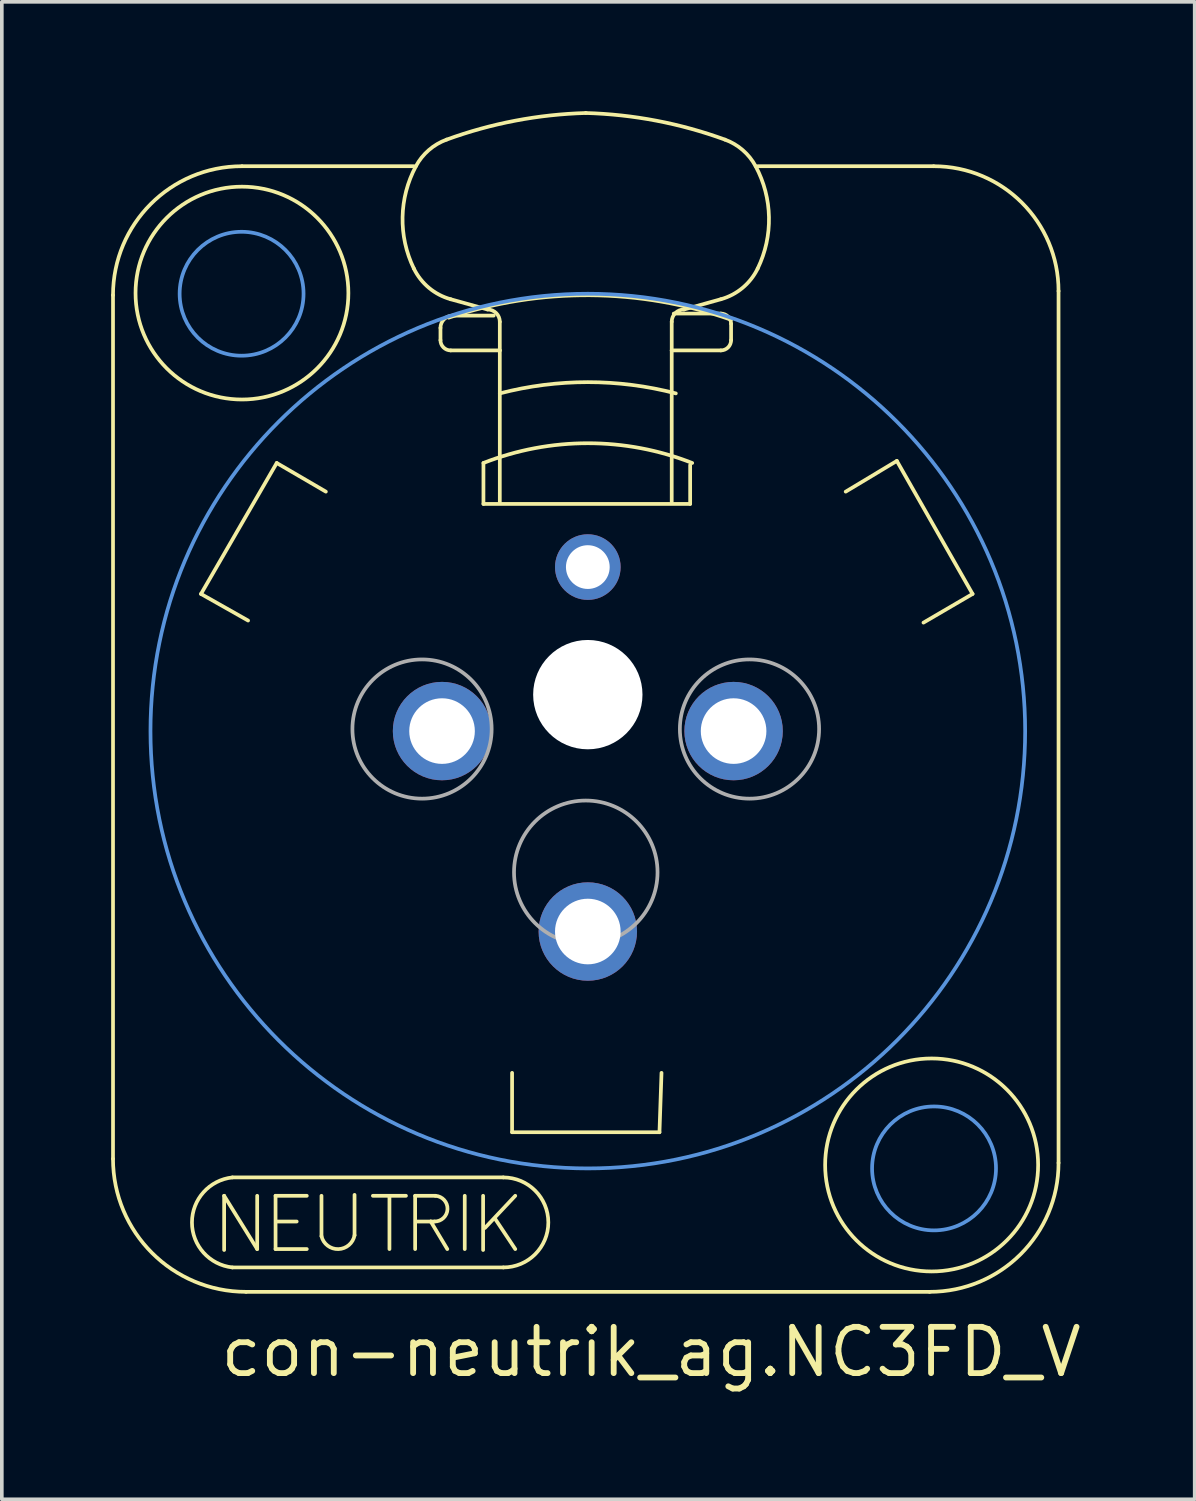
<source format=kicad_pcb>
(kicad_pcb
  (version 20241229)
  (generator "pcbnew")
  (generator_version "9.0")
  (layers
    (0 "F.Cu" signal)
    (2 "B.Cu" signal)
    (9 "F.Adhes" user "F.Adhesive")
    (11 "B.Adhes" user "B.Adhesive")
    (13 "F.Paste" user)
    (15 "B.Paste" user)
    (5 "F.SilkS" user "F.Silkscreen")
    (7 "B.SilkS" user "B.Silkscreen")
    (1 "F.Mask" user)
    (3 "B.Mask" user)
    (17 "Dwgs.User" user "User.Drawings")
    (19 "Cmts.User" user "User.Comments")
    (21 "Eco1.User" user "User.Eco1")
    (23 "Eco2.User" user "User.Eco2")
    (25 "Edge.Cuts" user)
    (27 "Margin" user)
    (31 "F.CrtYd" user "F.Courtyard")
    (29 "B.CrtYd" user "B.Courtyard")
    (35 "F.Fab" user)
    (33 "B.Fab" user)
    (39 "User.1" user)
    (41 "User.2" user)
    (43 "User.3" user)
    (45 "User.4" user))
  (footprint "con-neutrik_ag.NC3FD_V"
    (layer "F.Cu")
    (at 13.079 17.01)
    (property "Reference" "con-neutrik_ag.NC3FD_V" (at -10.16 17.78 0) (layer "F.SilkS") (effects (font (size 1.27 1.27) (thickness 0.16)) (justify left bottom)))
    (attr through_hole)
    (fp_line (start -13.028 -11.961) (end -13.028 11.736) (stroke (width 0.102) (type default)) (layer "F.SilkS"))
    (fp_line (start -10.614 -3.763) (end -8.536 -7.356) (stroke (width 0.102) (type default)) (layer "F.SilkS"))
    (fp_line (start -9.979 12.751) (end -9.072 14.213) (stroke (width 0.102) (type default)) (layer "F.SilkS"))
    (fp_line (start -9.979 14.238) (end -9.979 12.751) (stroke (width 0.102) (type default)) (layer "F.SilkS"))
    (fp_line (start -9.752 12.247) (end -2.318 12.247) (stroke (width 0.102) (type default)) (layer "F.SilkS"))
    (fp_line (start -9.378 15.387) (end 9.378 15.387) (stroke (width 0.102) (type default)) (layer "F.SilkS"))
    (fp_line (start -9.322 -3.033) (end -10.614 -3.763) (stroke (width 0.102) (type default)) (layer "F.SilkS"))
    (fp_line (start -9.072 14.213) (end -9.072 12.751) (stroke (width 0.102) (type default)) (layer "F.SilkS"))
    (fp_line (start -8.568 12.751) (end -8.568 14.213) (stroke (width 0.102) (type default)) (layer "F.SilkS"))
    (fp_line (start -8.568 14.213) (end -7.711 14.213) (stroke (width 0.102) (type default)) (layer "F.SilkS"))
    (fp_line (start -8.536 -7.356) (end -7.188 -6.57) (stroke (width 0.102) (type default)) (layer "F.SilkS"))
    (fp_line (start -8.518 13.457) (end -7.988 13.457) (stroke (width 0.102) (type default)) (layer "F.SilkS"))
    (fp_line (start -7.711 12.751) (end -8.568 12.751) (stroke (width 0.102) (type default)) (layer "F.SilkS"))
    (fp_line (start -7.308 12.751) (end -7.308 13.86) (stroke (width 0.102) (type default)) (layer "F.SilkS"))
    (fp_line (start -6.401 13.835) (end -6.401 12.726) (stroke (width 0.102) (type default)) (layer "F.SilkS"))
    (fp_line (start -5.897 12.751) (end -4.99 12.751) (stroke (width 0.102) (type default)) (layer "F.SilkS"))
    (fp_line (start -5.443 12.776) (end -5.443 14.213) (stroke (width 0.102) (type default)) (layer "F.SilkS"))
    (fp_line (start -4.773 -15.499) (end -9.49 -15.499) (stroke (width 0.102) (type default)) (layer "F.SilkS"))
    (fp_line (start -4.738 12.751) (end -4.183 12.751) (stroke (width 0.102) (type default)) (layer "F.SilkS"))
    (fp_line (start -4.738 14.213) (end -4.738 12.751) (stroke (width 0.102) (type default)) (layer "F.SilkS"))
    (fp_line (start -4.309 13.457) (end -4.687 13.457) (stroke (width 0.102) (type default)) (layer "F.SilkS"))
    (fp_line (start -4.309 13.457) (end -3.856 14.213) (stroke (width 0.102) (type default)) (layer "F.SilkS"))
    (fp_line (start -4.208 13.457) (end -4.309 13.457) (stroke (width 0.102) (type default)) (layer "F.SilkS"))
    (fp_line (start -4.043 -10.726) (end -4.043 -11.063) (stroke (width 0.102) (type default)) (layer "F.SilkS"))
    (fp_line (start -3.706 -11.4) (end -2.583 -11.4) (stroke (width 0.102) (type default)) (layer "F.SilkS"))
    (fp_line (start -3.377 12.751) (end -3.377 14.213) (stroke (width 0.102) (type default)) (layer "F.SilkS"))
    (fp_line (start -2.873 12.751) (end -2.873 14.238) (stroke (width 0.102) (type default)) (layer "F.SilkS"))
    (fp_line (start -2.864 -7.356) (end -2.864 -6.233) (stroke (width 0.102) (type default)) (layer "F.SilkS"))
    (fp_line (start -2.864 -6.233) (end 2.808 -6.233) (stroke (width 0.102) (type default)) (layer "F.SilkS"))
    (fp_line (start -2.752 -11.568) (end -3.763 -11.849) (stroke (width 0.102) (type default)) (layer "F.SilkS"))
    (fp_line (start -2.545 13.381) (end -1.991 14.213) (stroke (width 0.102) (type default)) (layer "F.SilkS"))
    (fp_line (start -2.415 -10.445) (end -3.762 -10.445) (stroke (width 0.102) (type default)) (layer "F.SilkS"))
    (fp_line (start -2.415 -10.445) (end -2.415 -11.231) (stroke (width 0.102) (type default)) (layer "F.SilkS"))
    (fp_line (start -2.415 -9.266) (end -2.415 -10.445) (stroke (width 0.102) (type default)) (layer "F.SilkS"))
    (fp_line (start -2.415 -6.29) (end -2.415 -9.266) (stroke (width 0.102) (type default)) (layer "F.SilkS"))
    (fp_line (start -2.318 14.717) (end -9.752 14.717) (stroke (width 0.102) (type default)) (layer "F.SilkS"))
    (fp_line (start -2.078 9.378) (end -2.078 11.007) (stroke (width 0.102) (type default)) (layer "F.SilkS"))
    (fp_line (start -2.078 11.007) (end 1.966 11.007) (stroke (width 0.102) (type default)) (layer "F.SilkS"))
    (fp_line (start -1.991 12.751) (end -2.822 13.633) (stroke (width 0.102) (type default)) (layer "F.SilkS"))
    (fp_line (start 1.966 11.007) (end 2.022 9.378) (stroke (width 0.102) (type default)) (layer "F.SilkS"))
    (fp_line (start 2.302 -10.445) (end 2.302 -11.231) (stroke (width 0.102) (type default)) (layer "F.SilkS"))
    (fp_line (start 2.302 -10.445) (end 3.65 -10.445) (stroke (width 0.102) (type default)) (layer "F.SilkS"))
    (fp_line (start 2.302 -6.29) (end 2.302 -10.445) (stroke (width 0.102) (type default)) (layer "F.SilkS"))
    (fp_line (start 2.639 -11.568) (end 3.65 -11.849) (stroke (width 0.102) (type default)) (layer "F.SilkS"))
    (fp_line (start 2.808 -6.233) (end 2.808 -7.3) (stroke (width 0.102) (type default)) (layer "F.SilkS"))
    (fp_line (start 3.65 -11.456) (end 2.358 -11.456) (stroke (width 0.102) (type default)) (layer "F.SilkS"))
    (fp_line (start 3.931 -10.726) (end 3.931 -11.175) (stroke (width 0.102) (type default)) (layer "F.SilkS"))
    (fp_line (start 7.076 -6.57) (end 8.479 -7.413) (stroke (width 0.102) (type default)) (layer "F.SilkS"))
    (fp_line (start 8.479 -7.413) (end 10.557 -3.763) (stroke (width 0.102) (type default)) (layer "F.SilkS"))
    (fp_line (start 9.49 -15.499) (end 4.661 -15.499) (stroke (width 0.102) (type default)) (layer "F.SilkS"))
    (fp_line (start 10.557 -3.763) (end 9.21 -2.976) (stroke (width 0.102) (type default)) (layer "F.SilkS"))
    (fp_line (start 12.916 11.849) (end 12.916 -12.074) (stroke (width 0.102) (type default)) (layer "F.SilkS"))
    (fp_arc (start -13.0282 -11.9613) (mid -11.991944 -14.462944) (end -9.4903 -15.4992) (stroke (width 0.1016) (type default)) (layer "F.SilkS"))
    (fp_arc (start -9.7524 14.7168) (mid -10.861431 13.482) (end -9.7524 12.2472) (stroke (width 0.1016) (type default)) (layer "F.SilkS"))
    (fp_arc (start -9.3781 15.3866) (mid -11.95911 14.31751) (end -13.0282 11.7365) (stroke (width 0.1016) (type default)) (layer "F.SilkS"))
    (fp_arc (start -6.4008 13.8348) (mid -6.844214 14.214097) (end -7.308 13.86) (stroke (width 0.1016) (type default)) (layer "F.SilkS"))
    (fp_arc (start -4.7733 -12.6914) (mid -5.082979 -14.102061) (end -4.7171 -15.4992) (stroke (width 0.1016) (type default)) (layer "F.SilkS"))
    (fp_arc (start -4.7171 -15.4992) (mid -4.363217 -15.941815) (end -3.8748 -16.2292) (stroke (width 0.1016) (type default)) (layer "F.SilkS"))
    (fp_arc (start -4.1832 12.7512) (mid -3.852275 13.116269) (end -4.2084 13.4568) (stroke (width 0.1016) (type default)) (layer "F.SilkS"))
    (fp_arc (start -4.0432 -11.0629) (mid -3.944524 -11.301124) (end -3.7063 -11.3998) (stroke (width 0.1016) (type default)) (layer "F.SilkS"))
    (fp_arc (start -3.8748 -16.2292) (mid -1.994886 -16.747919) (end -0.0562 -16.9592) (stroke (width 0.1016) (type default)) (layer "F.SilkS"))
    (fp_arc (start -3.8186 -11.3435) (mid 0.060809 -11.958974) (end 3.9309 -11.2874) (stroke (width 0.1016) (type default)) (layer "F.SilkS"))
    (fp_arc (start -3.7625 -11.849) (mid -4.358518 -12.161467) (end -4.7733 -12.6914) (stroke (width 0.1016) (type default)) (layer "F.SilkS"))
    (fp_arc (start -3.7624 -10.4451) (mid -3.960956 -10.527344) (end -4.0432 -10.7259) (stroke (width 0.1016) (type default)) (layer "F.SilkS"))
    (fp_arc (start -2.864 -7.3565) (mid -0.00005 -7.89819) (end 2.8639 -7.3565) (stroke (width 0.1016) (type default)) (layer "F.SilkS"))
    (fp_arc (start -2.7517 -11.5682) (mid -2.513405 -11.469495) (end -2.4147 -11.2312) (stroke (width 0.1016) (type default)) (layer "F.SilkS"))
    (fp_arc (start -2.4147 -9.2658) (mid 0 -9.574369) (end 2.4147 -9.2658) (stroke (width 0.1016) (type default)) (layer "F.SilkS"))
    (fp_arc (start -2.3184 12.2472) (mid -1.0836 13.482) (end -2.3184 14.7168) (stroke (width 0.1016) (type default)) (layer "F.SilkS"))
    (fp_arc (start -0.0561 -16.9593) (mid 1.882586 -16.748019) (end 3.7625 -16.2293) (stroke (width 0.1016) (type default)) (layer "F.SilkS"))
    (fp_arc (start 2.3024 -11.2313) (mid 2.401105 -11.469595) (end 2.6394 -11.5683) (stroke (width 0.1016) (type default)) (layer "F.SilkS"))
    (fp_arc (start 3.6501 -11.4559) (mid 3.848656 -11.373656) (end 3.9309 -11.1751) (stroke (width 0.1016) (type default)) (layer "F.SilkS"))
    (fp_arc (start 3.7625 -16.2293) (mid 4.250923 -15.941922) (end 4.6048 -15.4993) (stroke (width 0.1016) (type default)) (layer "F.SilkS"))
    (fp_arc (start 3.9309 -10.7259) (mid 3.848656 -10.527344) (end 3.6501 -10.4451) (stroke (width 0.1016) (type default)) (layer "F.SilkS"))
    (fp_arc (start 4.6048 -15.4993) (mid 4.970679 -14.102161) (end 4.661 -12.6915) (stroke (width 0.1016) (type default)) (layer "F.SilkS"))
    (fp_arc (start 4.661 -12.6915) (mid 4.246218 -12.161567) (end 3.6502 -11.8491) (stroke (width 0.1016) (type default)) (layer "F.SilkS"))
    (fp_arc (start 9.4904 -15.4992) (mid 11.912594 -14.495894) (end 12.9159 -12.0737) (stroke (width 0.1016) (type default)) (layer "F.SilkS"))
    (fp_arc (start 12.9159 11.8488) (mid 11.879702 14.350402) (end 9.3781 15.3866) (stroke (width 0.1016) (type default)) (layer "F.SilkS"))
    (fp_circle (center -9.49 -12.018) (end -6.57 -12.018) (stroke (width 0.102) (type default)) (fill no) (layer "F.SilkS"))
    (fp_circle (center 9.434 11.905) (end 12.356 11.905) (stroke (width 0.102) (type default)) (fill no) (layer "F.SilkS"))
    (fp_circle (center -9.5 -12) (end -7.8 -12) (stroke (width 0.102) (type default)) (fill no) (layer "Cmts.User"))
    (fp_circle (center 0 0) (end 12 0) (stroke (width 0.102) (type default)) (fill no) (layer "Cmts.User"))
    (fp_circle (center 9.5 12) (end 11.2 12) (stroke (width 0.102) (type default)) (fill no) (layer "Cmts.User"))
    (fp_circle (center -4.549 -0.056) (end -2.639 -0.056) (stroke (width 0.102) (type default)) (fill no) (layer "F.Fab"))
    (fp_circle (center -0.056 3.875) (end 1.913 3.875) (stroke (width 0.102) (type default)) (fill no) (layer "F.Fab"))
    (fp_circle (center 4.436 -0.056) (end 6.346 -0.056) (stroke (width 0.102) (type default)) (fill no) (layer "F.Fab"))
    (pad "" np_thru_hole circle (at 0 -1) (size 3 3) (drill 3) (layers "*.Cu" "*.Mask"))
    (pad "1" thru_hole circle (at 4 0) (size 2.7 2.7) (drill 1.8) (layers "*.Cu" "*.Mask"))
    (pad "2" thru_hole circle (at -4 0) (size 2.7 2.7) (drill 1.8) (layers "*.Cu" "*.Mask"))
    (pad "3" thru_hole circle (at 0 5.5) (size 2.7 2.7) (drill 1.8) (layers "*.Cu" "*.Mask"))
    (pad "G" thru_hole circle (at 0 -4.5) (size 1.8 1.8) (drill 1.2) (layers "*.Cu" "*.Mask")))
  (gr_rect
    (start -3 -3)
    (end 29.731 38.088)
    (stroke (width 0.1) (type default))
    (fill no)
    (layer "Edge.Cuts")))
</source>
